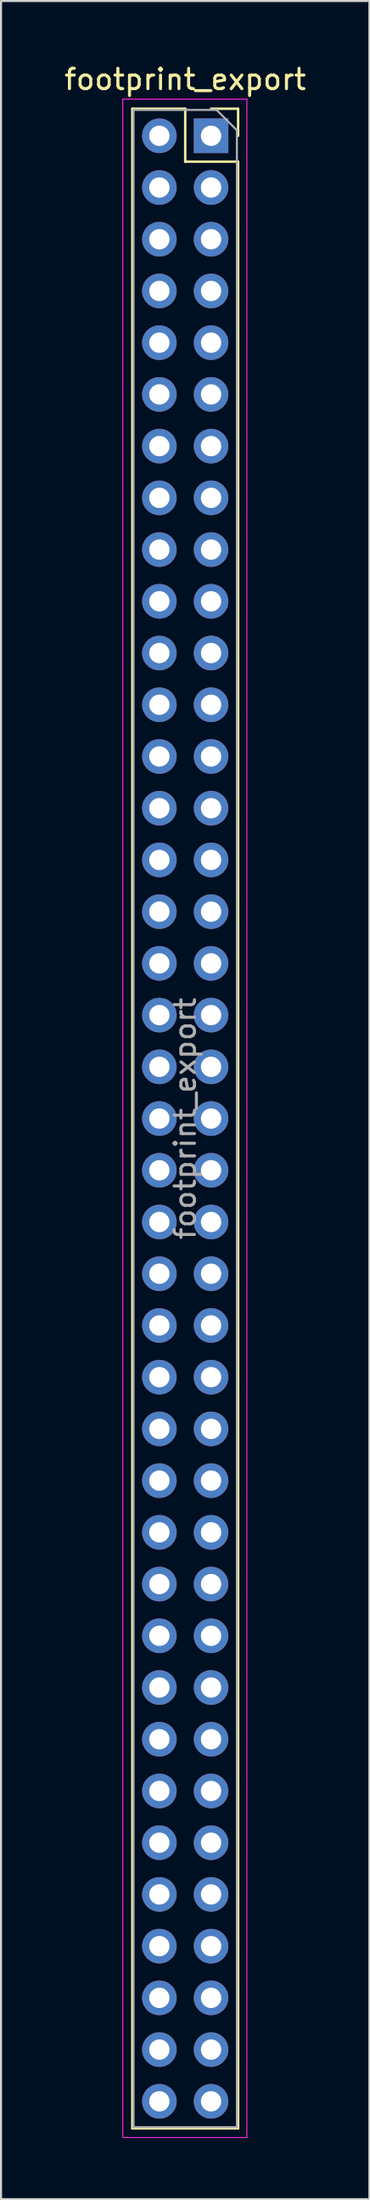
<source format=kicad_pcb>
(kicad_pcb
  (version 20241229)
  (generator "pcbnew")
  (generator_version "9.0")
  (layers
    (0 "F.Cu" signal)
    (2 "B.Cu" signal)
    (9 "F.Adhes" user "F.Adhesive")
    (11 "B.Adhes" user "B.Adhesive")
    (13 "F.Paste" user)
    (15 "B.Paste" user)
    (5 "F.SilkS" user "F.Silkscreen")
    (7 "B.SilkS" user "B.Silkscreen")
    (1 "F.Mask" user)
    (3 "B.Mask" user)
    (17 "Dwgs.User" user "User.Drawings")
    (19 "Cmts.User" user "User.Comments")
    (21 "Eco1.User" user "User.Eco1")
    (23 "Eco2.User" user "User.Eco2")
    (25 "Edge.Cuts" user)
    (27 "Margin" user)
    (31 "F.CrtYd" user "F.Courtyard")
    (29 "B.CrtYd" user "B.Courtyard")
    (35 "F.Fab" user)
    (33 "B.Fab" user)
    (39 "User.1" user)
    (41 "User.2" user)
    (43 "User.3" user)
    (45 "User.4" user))
  (footprint "footprint_export"
    (layer "F.Cu")
    (at 7.324 3.618)
    (property "Reference" "footprint_export" (at -1.27 -2.77 0) (layer "F.SilkS") (effects (font (size 1 1) (thickness 0.15))))
    (attr through_hole)
    (fp_line (start -3.87 -1.33) (end -3.87 97.85) (stroke (width 0.12) (type solid)) (layer "F.SilkS"))
    (fp_line (start -3.87 -1.33) (end -1.27 -1.33) (stroke (width 0.12) (type solid)) (layer "F.SilkS"))
    (fp_line (start -3.87 97.85) (end 1.33 97.85) (stroke (width 0.12) (type solid)) (layer "F.SilkS"))
    (fp_line (start -1.27 -1.33) (end -1.27 1.27) (stroke (width 0.12) (type solid)) (layer "F.SilkS"))
    (fp_line (start -1.27 1.27) (end 1.33 1.27) (stroke (width 0.12) (type solid)) (layer "F.SilkS"))
    (fp_line (start 0 -1.33) (end 1.33 -1.33) (stroke (width 0.12) (type solid)) (layer "F.SilkS"))
    (fp_line (start 1.33 -1.33) (end 1.33 0) (stroke (width 0.12) (type solid)) (layer "F.SilkS"))
    (fp_line (start 1.33 1.27) (end 1.33 97.85) (stroke (width 0.12) (type solid)) (layer "F.SilkS"))
    (fp_line (start -4.34 -1.8) (end 1.76 -1.8) (stroke (width 0.05) (type solid)) (layer "F.CrtYd"))
    (fp_line (start -4.34 98.3) (end -4.34 -1.8) (stroke (width 0.05) (type solid)) (layer "F.CrtYd"))
    (fp_line (start 1.76 -1.8) (end 1.76 98.3) (stroke (width 0.05) (type solid)) (layer "F.CrtYd"))
    (fp_line (start 1.76 98.3) (end -4.34 98.3) (stroke (width 0.05) (type solid)) (layer "F.CrtYd"))
    (fp_line (start -3.81 -1.27) (end 0.27 -1.27) (stroke (width 0.1) (type solid)) (layer "F.Fab"))
    (fp_line (start -3.81 97.79) (end -3.81 -1.27) (stroke (width 0.1) (type solid)) (layer "F.Fab"))
    (fp_line (start 0.27 -1.27) (end 1.27 -0.27) (stroke (width 0.1) (type solid)) (layer "F.Fab"))
    (fp_line (start 1.27 -0.27) (end 1.27 97.79) (stroke (width 0.1) (type solid)) (layer "F.Fab"))
    (fp_line (start 1.27 97.79) (end -3.81 97.79) (stroke (width 0.1) (type solid)) (layer "F.Fab"))
    (fp_text user "${REFERENCE}" (at -1.27 48.26 90) (layer "F.Fab") (effects (font (size 1 1) (thickness 0.15))))
    (pad "1" thru_hole rect (at 0 0) (size 1.7 1.7) (drill 1) (layers "*.Cu" "*.Mask"))
    (pad "2" thru_hole oval (at -2.54 0) (size 1.7 1.7) (drill 1) (layers "*.Cu" "*.Mask"))
    (pad "3" thru_hole oval (at 0 2.54) (size 1.7 1.7) (drill 1) (layers "*.Cu" "*.Mask"))
    (pad "4" thru_hole oval (at -2.54 2.54) (size 1.7 1.7) (drill 1) (layers "*.Cu" "*.Mask"))
    (pad "5" thru_hole oval (at 0 5.08) (size 1.7 1.7) (drill 1) (layers "*.Cu" "*.Mask"))
    (pad "6" thru_hole oval (at -2.54 5.08) (size 1.7 1.7) (drill 1) (layers "*.Cu" "*.Mask"))
    (pad "7" thru_hole oval (at 0 7.62) (size 1.7 1.7) (drill 1) (layers "*.Cu" "*.Mask"))
    (pad "8" thru_hole oval (at -2.54 7.62) (size 1.7 1.7) (drill 1) (layers "*.Cu" "*.Mask"))
    (pad "9" thru_hole oval (at 0 10.16) (size 1.7 1.7) (drill 1) (layers "*.Cu" "*.Mask"))
    (pad "10" thru_hole oval (at -2.54 10.16) (size 1.7 1.7) (drill 1) (layers "*.Cu" "*.Mask"))
    (pad "11" thru_hole oval (at 0 12.7) (size 1.7 1.7) (drill 1) (layers "*.Cu" "*.Mask"))
    (pad "12" thru_hole oval (at -2.54 12.7) (size 1.7 1.7) (drill 1) (layers "*.Cu" "*.Mask"))
    (pad "13" thru_hole oval (at 0 15.24) (size 1.7 1.7) (drill 1) (layers "*.Cu" "*.Mask"))
    (pad "14" thru_hole oval (at -2.54 15.24) (size 1.7 1.7) (drill 1) (layers "*.Cu" "*.Mask"))
    (pad "15" thru_hole oval (at 0 17.78) (size 1.7 1.7) (drill 1) (layers "*.Cu" "*.Mask"))
    (pad "16" thru_hole oval (at -2.54 17.78) (size 1.7 1.7) (drill 1) (layers "*.Cu" "*.Mask"))
    (pad "17" thru_hole oval (at 0 20.32) (size 1.7 1.7) (drill 1) (layers "*.Cu" "*.Mask"))
    (pad "18" thru_hole oval (at -2.54 20.32) (size 1.7 1.7) (drill 1) (layers "*.Cu" "*.Mask"))
    (pad "19" thru_hole oval (at 0 22.86) (size 1.7 1.7) (drill 1) (layers "*.Cu" "*.Mask"))
    (pad "20" thru_hole oval (at -2.54 22.86) (size 1.7 1.7) (drill 1) (layers "*.Cu" "*.Mask"))
    (pad "21" thru_hole oval (at 0 25.4) (size 1.7 1.7) (drill 1) (layers "*.Cu" "*.Mask"))
    (pad "22" thru_hole oval (at -2.54 25.4) (size 1.7 1.7) (drill 1) (layers "*.Cu" "*.Mask"))
    (pad "23" thru_hole oval (at 0 27.94) (size 1.7 1.7) (drill 1) (layers "*.Cu" "*.Mask"))
    (pad "24" thru_hole oval (at -2.54 27.94) (size 1.7 1.7) (drill 1) (layers "*.Cu" "*.Mask"))
    (pad "25" thru_hole oval (at 0 30.48) (size 1.7 1.7) (drill 1) (layers "*.Cu" "*.Mask"))
    (pad "26" thru_hole oval (at -2.54 30.48) (size 1.7 1.7) (drill 1) (layers "*.Cu" "*.Mask"))
    (pad "27" thru_hole oval (at 0 33.02) (size 1.7 1.7) (drill 1) (layers "*.Cu" "*.Mask"))
    (pad "28" thru_hole oval (at -2.54 33.02) (size 1.7 1.7) (drill 1) (layers "*.Cu" "*.Mask"))
    (pad "29" thru_hole oval (at 0 35.56) (size 1.7 1.7) (drill 1) (layers "*.Cu" "*.Mask"))
    (pad "30" thru_hole oval (at -2.54 35.56) (size 1.7 1.7) (drill 1) (layers "*.Cu" "*.Mask"))
    (pad "31" thru_hole oval (at 0 38.1) (size 1.7 1.7) (drill 1) (layers "*.Cu" "*.Mask"))
    (pad "32" thru_hole oval (at -2.54 38.1) (size 1.7 1.7) (drill 1) (layers "*.Cu" "*.Mask"))
    (pad "33" thru_hole oval (at 0 40.64) (size 1.7 1.7) (drill 1) (layers "*.Cu" "*.Mask"))
    (pad "34" thru_hole oval (at -2.54 40.64) (size 1.7 1.7) (drill 1) (layers "*.Cu" "*.Mask"))
    (pad "35" thru_hole oval (at 0 43.18) (size 1.7 1.7) (drill 1) (layers "*.Cu" "*.Mask"))
    (pad "36" thru_hole oval (at -2.54 43.18) (size 1.7 1.7) (drill 1) (layers "*.Cu" "*.Mask"))
    (pad "37" thru_hole oval (at 0 45.72) (size 1.7 1.7) (drill 1) (layers "*.Cu" "*.Mask"))
    (pad "38" thru_hole oval (at -2.54 45.72) (size 1.7 1.7) (drill 1) (layers "*.Cu" "*.Mask"))
    (pad "39" thru_hole oval (at 0 48.26) (size 1.7 1.7) (drill 1) (layers "*.Cu" "*.Mask"))
    (pad "40" thru_hole oval (at -2.54 48.26) (size 1.7 1.7) (drill 1) (layers "*.Cu" "*.Mask"))
    (pad "41" thru_hole oval (at 0 50.8) (size 1.7 1.7) (drill 1) (layers "*.Cu" "*.Mask"))
    (pad "42" thru_hole oval (at -2.54 50.8) (size 1.7 1.7) (drill 1) (layers "*.Cu" "*.Mask"))
    (pad "43" thru_hole oval (at 0 53.34) (size 1.7 1.7) (drill 1) (layers "*.Cu" "*.Mask"))
    (pad "44" thru_hole oval (at -2.54 53.34) (size 1.7 1.7) (drill 1) (layers "*.Cu" "*.Mask"))
    (pad "45" thru_hole oval (at 0 55.88) (size 1.7 1.7) (drill 1) (layers "*.Cu" "*.Mask"))
    (pad "46" thru_hole oval (at -2.54 55.88) (size 1.7 1.7) (drill 1) (layers "*.Cu" "*.Mask"))
    (pad "47" thru_hole oval (at 0 58.42) (size 1.7 1.7) (drill 1) (layers "*.Cu" "*.Mask"))
    (pad "48" thru_hole oval (at -2.54 58.42) (size 1.7 1.7) (drill 1) (layers "*.Cu" "*.Mask"))
    (pad "49" thru_hole oval (at 0 60.96) (size 1.7 1.7) (drill 1) (layers "*.Cu" "*.Mask"))
    (pad "50" thru_hole oval (at -2.54 60.96) (size 1.7 1.7) (drill 1) (layers "*.Cu" "*.Mask"))
    (pad "51" thru_hole oval (at 0 63.5) (size 1.7 1.7) (drill 1) (layers "*.Cu" "*.Mask"))
    (pad "52" thru_hole oval (at -2.54 63.5) (size 1.7 1.7) (drill 1) (layers "*.Cu" "*.Mask"))
    (pad "53" thru_hole oval (at 0 66.04) (size 1.7 1.7) (drill 1) (layers "*.Cu" "*.Mask"))
    (pad "54" thru_hole oval (at -2.54 66.04) (size 1.7 1.7) (drill 1) (layers "*.Cu" "*.Mask"))
    (pad "55" thru_hole oval (at 0 68.58) (size 1.7 1.7) (drill 1) (layers "*.Cu" "*.Mask"))
    (pad "56" thru_hole oval (at -2.54 68.58) (size 1.7 1.7) (drill 1) (layers "*.Cu" "*.Mask"))
    (pad "57" thru_hole oval (at 0 71.12) (size 1.7 1.7) (drill 1) (layers "*.Cu" "*.Mask"))
    (pad "58" thru_hole oval (at -2.54 71.12) (size 1.7 1.7) (drill 1) (layers "*.Cu" "*.Mask"))
    (pad "59" thru_hole oval (at 0 73.66) (size 1.7 1.7) (drill 1) (layers "*.Cu" "*.Mask"))
    (pad "60" thru_hole oval (at -2.54 73.66) (size 1.7 1.7) (drill 1) (layers "*.Cu" "*.Mask"))
    (pad "61" thru_hole oval (at 0 76.2) (size 1.7 1.7) (drill 1) (layers "*.Cu" "*.Mask"))
    (pad "62" thru_hole oval (at -2.54 76.2) (size 1.7 1.7) (drill 1) (layers "*.Cu" "*.Mask"))
    (pad "63" thru_hole oval (at 0 78.74) (size 1.7 1.7) (drill 1) (layers "*.Cu" "*.Mask"))
    (pad "64" thru_hole oval (at -2.54 78.74) (size 1.7 1.7) (drill 1) (layers "*.Cu" "*.Mask"))
    (pad "65" thru_hole oval (at 0 81.28) (size 1.7 1.7) (drill 1) (layers "*.Cu" "*.Mask"))
    (pad "66" thru_hole oval (at -2.54 81.28) (size 1.7 1.7) (drill 1) (layers "*.Cu" "*.Mask"))
    (pad "67" thru_hole oval (at 0 83.82) (size 1.7 1.7) (drill 1) (layers "*.Cu" "*.Mask"))
    (pad "68" thru_hole oval (at -2.54 83.82) (size 1.7 1.7) (drill 1) (layers "*.Cu" "*.Mask"))
    (pad "69" thru_hole oval (at 0 86.36) (size 1.7 1.7) (drill 1) (layers "*.Cu" "*.Mask"))
    (pad "70" thru_hole oval (at -2.54 86.36) (size 1.7 1.7) (drill 1) (layers "*.Cu" "*.Mask"))
    (pad "71" thru_hole oval (at 0 88.9) (size 1.7 1.7) (drill 1) (layers "*.Cu" "*.Mask"))
    (pad "72" thru_hole oval (at -2.54 88.9) (size 1.7 1.7) (drill 1) (layers "*.Cu" "*.Mask"))
    (pad "73" thru_hole oval (at 0 91.44) (size 1.7 1.7) (drill 1) (layers "*.Cu" "*.Mask"))
    (pad "74" thru_hole oval (at -2.54 91.44) (size 1.7 1.7) (drill 1) (layers "*.Cu" "*.Mask"))
    (pad "75" thru_hole oval (at 0 93.98) (size 1.7 1.7) (drill 1) (layers "*.Cu" "*.Mask"))
    (pad "76" thru_hole oval (at -2.54 93.98) (size 1.7 1.7) (drill 1) (layers "*.Cu" "*.Mask"))
    (pad "77" thru_hole oval (at 0 96.52) (size 1.7 1.7) (drill 1) (layers "*.Cu" "*.Mask"))
    (pad "78" thru_hole oval (at -2.54 96.52) (size 1.7 1.7) (drill 1) (layers "*.Cu" "*.Mask")))
  (gr_rect
    (start -3 -3)
    (end 15.107 104.943)
    (stroke (width 0.1) (type default))
    (fill no)
    (layer "Edge.Cuts")))
</source>
